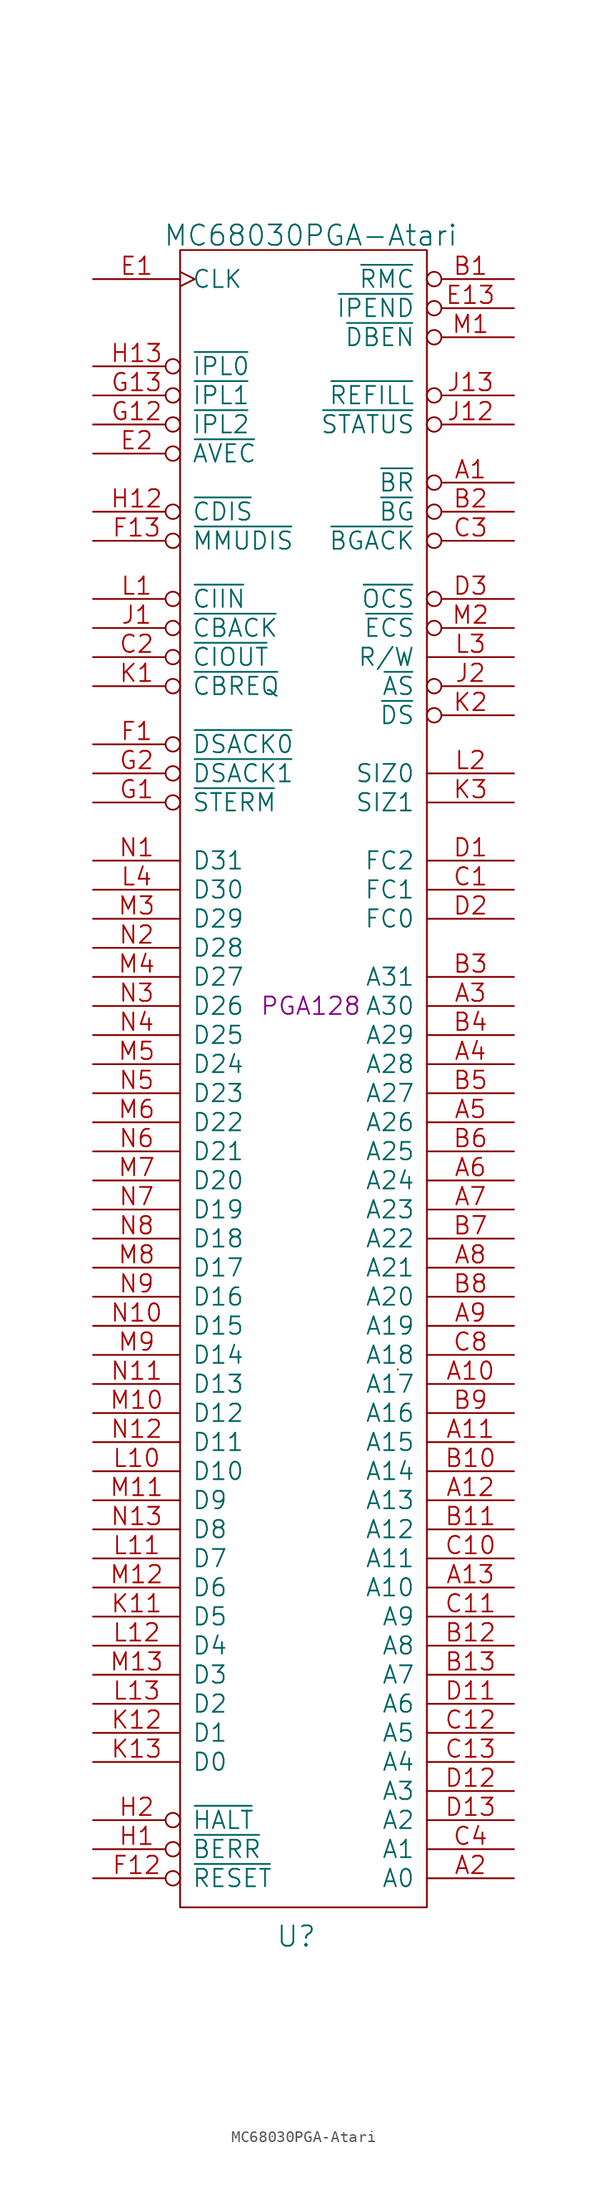
<source format=kicad_sym>
(kicad_symbol_lib
  (version 20231120)
  (generator "kicad_symbol_editor")
  (generator_version "8.0")
  (symbol "MC68030PGA-Atari"
    (pin_names
      (offset 1.016))
    (property "Reference" "U"
      (at 0 -74.93 0)
      (effects (font (size 1.778 1.778))))
    (property "Value" "MC68030PGA-Atari"
      (at 1.27 73.66 0)
      (effects (font (size 1.778 1.778))))
    (property "Footprint" "PGA128"
      (at 1.27 6.35 0)
      (effects (font (size 1.524 1.524))))
    (symbol "MC68030PGA-Atari_0_1"
      (rectangle (start -10.16 -72.39) (end 11.43 72.39) (stroke (width 0) (type solid)) (fill (type none)))
      (rectangle (start 8.89 -25.4) (end 8.89 -25.4) (stroke (width 0) (type solid)) (fill (type none))))
    (symbol "MC68030PGA-Atari_1_1"
      (pin input inverted (at 19.05 52.07 180) (length 7.62) (name "~{BR}" (effects (font (size 1.524 1.524)))) (number "A1" (effects (font (size 1.524 1.524)))))
      (pin output line (at 19.05 -26.67 180) (length 7.62) (name "A17" (effects (font (size 1.524 1.524)))) (number "A10" (effects (font (size 1.524 1.524)))))
      (pin output line (at 19.05 -31.75 180) (length 7.62) (name "A15" (effects (font (size 1.524 1.524)))) (number "A11" (effects (font (size 1.524 1.524)))))
      (pin output line (at 19.05 -36.83 180) (length 7.62) (name "A13" (effects (font (size 1.524 1.524)))) (number "A12" (effects (font (size 1.524 1.524)))))
      (pin output line (at 19.05 -44.45 180) (length 7.62) (name "A10" (effects (font (size 1.524 1.524)))) (number "A13" (effects (font (size 1.524 1.524)))))
      (pin output line (at 19.05 -69.85 180) (length 7.62) (name "A0" (effects (font (size 1.524 1.524)))) (number "A2" (effects (font (size 1.524 1.524)))))
      (pin output line (at 19.05 6.35 180) (length 7.62) (name "A30" (effects (font (size 1.524 1.524)))) (number "A3" (effects (font (size 1.524 1.524)))))
      (pin output line (at 19.05 1.27 180) (length 7.62) (name "A28" (effects (font (size 1.524 1.524)))) (number "A4" (effects (font (size 1.524 1.524)))))
      (pin output line (at 19.05 -3.81 180) (length 7.62) (name "A26" (effects (font (size 1.524 1.524)))) (number "A5" (effects (font (size 1.524 1.524)))))
      (pin output line (at 19.05 -8.89 180) (length 7.62) (name "A24" (effects (font (size 1.524 1.524)))) (number "A6" (effects (font (size 1.524 1.524)))))
      (pin output line (at 19.05 -11.43 180) (length 7.62) (name "A23" (effects (font (size 1.524 1.524)))) (number "A7" (effects (font (size 1.524 1.524)))))
      (pin output line (at 19.05 -16.51 180) (length 7.62) (name "A21" (effects (font (size 1.524 1.524)))) (number "A8" (effects (font (size 1.524 1.524)))))
      (pin output line (at 19.05 -21.59 180) (length 7.62) (name "A19" (effects (font (size 1.524 1.524)))) (number "A9" (effects (font (size 1.524 1.524)))))
      (pin output inverted (at 19.05 69.85 180) (length 7.62) (name "~{RMC}" (effects (font (size 1.524 1.524)))) (number "B1" (effects (font (size 1.524 1.524)))))
      (pin output line (at 19.05 -34.29 180) (length 7.62) (name "A14" (effects (font (size 1.524 1.524)))) (number "B10" (effects (font (size 1.524 1.524)))))
      (pin output line (at 19.05 -39.37 180) (length 7.62) (name "A12" (effects (font (size 1.524 1.524)))) (number "B11" (effects (font (size 1.524 1.524)))))
      (pin output line (at 19.05 -49.53 180) (length 7.62) (name "A8" (effects (font (size 1.524 1.524)))) (number "B12" (effects (font (size 1.524 1.524)))))
      (pin output line (at 19.05 -52.07 180) (length 7.62) (name "A7" (effects (font (size 1.524 1.524)))) (number "B13" (effects (font (size 1.524 1.524)))))
      (pin output inverted (at 19.05 49.53 180) (length 7.62) (name "~{BG}" (effects (font (size 1.524 1.524)))) (number "B2" (effects (font (size 1.524 1.524)))))
      (pin output line (at 19.05 8.89 180) (length 7.62) (name "A31" (effects (font (size 1.524 1.524)))) (number "B3" (effects (font (size 1.524 1.524)))))
      (pin output line (at 19.05 3.81 180) (length 7.62) (name "A29" (effects (font (size 1.524 1.524)))) (number "B4" (effects (font (size 1.524 1.524)))))
      (pin output line (at 19.05 -1.27 180) (length 7.62) (name "A27" (effects (font (size 1.524 1.524)))) (number "B5" (effects (font (size 1.524 1.524)))))
      (pin output line (at 19.05 -6.35 180) (length 7.62) (name "A25" (effects (font (size 1.524 1.524)))) (number "B6" (effects (font (size 1.524 1.524)))))
      (pin output line (at 19.05 -13.97 180) (length 7.62) (name "A22" (effects (font (size 1.524 1.524)))) (number "B7" (effects (font (size 1.524 1.524)))))
      (pin output line (at 19.05 -19.05 180) (length 7.62) (name "A20" (effects (font (size 1.524 1.524)))) (number "B8" (effects (font (size 1.524 1.524)))))
      (pin output line (at 19.05 -29.21 180) (length 7.62) (name "A16" (effects (font (size 1.524 1.524)))) (number "B9" (effects (font (size 1.524 1.524)))))
      (pin output line (at 19.05 16.51 180) (length 7.62) (name "FC1" (effects (font (size 1.524 1.524)))) (number "C1" (effects (font (size 1.524 1.524)))))
      (pin output line (at 19.05 -41.91 180) (length 7.62) (name "A11" (effects (font (size 1.524 1.524)))) (number "C10" (effects (font (size 1.524 1.524)))))
      (pin output line (at 19.05 -46.99 180) (length 7.62) (name "A9" (effects (font (size 1.524 1.524)))) (number "C11" (effects (font (size 1.524 1.524)))))
      (pin output line (at 19.05 -57.15 180) (length 7.62) (name "A5" (effects (font (size 1.524 1.524)))) (number "C12" (effects (font (size 1.524 1.524)))))
      (pin output line (at 19.05 -59.69 180) (length 7.62) (name "A4" (effects (font (size 1.524 1.524)))) (number "C13" (effects (font (size 1.524 1.524)))))
      (pin output inverted (at -17.78 36.83 0) (length 7.62) (name "~{CIOUT}" (effects (font (size 1.524 1.524)))) (number "C2" (effects (font (size 1.524 1.524)))))
      (pin input inverted (at 19.05 46.99 180) (length 7.62) (name "~{BGACK}" (effects (font (size 1.524 1.524)))) (number "C3" (effects (font (size 1.524 1.524)))))
      (pin output line (at 19.05 -67.31 180) (length 7.62) (name "A1" (effects (font (size 1.524 1.524)))) (number "C4" (effects (font (size 1.524 1.524)))))
      (pin power_in line (at 1.27 -38.1 180) (length 0) hide (name "GND" (effects (font (size 1.524 1.524)))) (number "C5" (effects (font (size 1.524 1.524)))))
      (pin power_in line (at 1.27 -5.08 180) (length 0) hide (name "VCC" (effects (font (size 1.524 1.524)))) (number "C6" (effects (font (size 1.524 1.524)))))
      (pin power_in line (at 1.27 -35.56 180) (length 0) hide (name "GND" (effects (font (size 1.524 1.524)))) (number "C7" (effects (font (size 1.524 1.524)))))
      (pin output line (at 19.05 -24.13 180) (length 7.62) (name "A18" (effects (font (size 1.524 1.524)))) (number "C8" (effects (font (size 1.524 1.524)))))
      (pin power_in line (at 1.27 -33.02 180) (length 0) hide (name "GND" (effects (font (size 1.524 1.524)))) (number "C9" (effects (font (size 1.524 1.524)))))
      (pin output line (at 19.05 19.05 180) (length 7.62) (name "FC2" (effects (font (size 1.524 1.524)))) (number "D1" (effects (font (size 1.524 1.524)))))
      (pin power_in line (at 1.27 -7.62 180) (length 0) hide (name "VCC" (effects (font (size 1.524 1.524)))) (number "D10" (effects (font (size 1.524 1.524)))))
      (pin output line (at 19.05 -54.61 180) (length 7.62) (name "A6" (effects (font (size 1.524 1.524)))) (number "D11" (effects (font (size 1.524 1.524)))))
      (pin output line (at 19.05 -62.23 180) (length 7.62) (name "A3" (effects (font (size 1.524 1.524)))) (number "D12" (effects (font (size 1.524 1.524)))))
      (pin output line (at 19.05 -64.77 180) (length 7.62) (name "A2" (effects (font (size 1.524 1.524)))) (number "D13" (effects (font (size 1.524 1.524)))))
      (pin output line (at 19.05 13.97 180) (length 7.62) (name "FC0" (effects (font (size 1.524 1.524)))) (number "D2" (effects (font (size 1.524 1.524)))))
      (pin output inverted (at 19.05 41.91 180) (length 7.62) (name "~{OCS}" (effects (font (size 1.524 1.524)))) (number "D3" (effects (font (size 1.524 1.524)))))
      (pin power_in line (at 1.27 -10.16 180) (length 0) hide (name "VCC" (effects (font (size 1.524 1.524)))) (number "D4" (effects (font (size 1.524 1.524)))))
      (pin no_connect line (at 0 10.16 180) (length 0) hide (name "NC" (effects (font (size 1.524 1.524)))) (number "D5" (effects (font (size 1.524 1.524)))))
      (pin input clock (at -17.78 69.85 0) (length 7.62) (name "CLK" (effects (font (size 1.524 1.524)))) (number "E1" (effects (font (size 1.524 1.524)))))
      (pin power_in line (at 1.27 -40.64 180) (length 0) hide (name "GND" (effects (font (size 1.524 1.524)))) (number "E11" (effects (font (size 1.524 1.524)))))
      (pin no_connect line (at 0 20.32 180) (length 0) hide (name "NC" (effects (font (size 1.524 1.524)))) (number "E12" (effects (font (size 1.524 1.524)))))
      (pin output inverted (at 19.05 67.31 180) (length 7.62) (name "~{IPEND}" (effects (font (size 1.524 1.524)))) (number "E13" (effects (font (size 1.524 1.524)))))
      (pin input inverted (at -17.78 54.61 0) (length 7.62) (name "~{AVEC}" (effects (font (size 1.524 1.524)))) (number "E2" (effects (font (size 1.524 1.524)))))
      (pin power_in line (at 1.27 -43.18 180) (length 0) hide (name "GND" (effects (font (size 1.524 1.524)))) (number "E3" (effects (font (size 1.524 1.524)))))
      (pin input inverted (at -17.78 29.21 0) (length 7.62) (name "~{DSACK0}" (effects (font (size 1.524 1.524)))) (number "F1" (effects (font (size 1.524 1.524)))))
      (pin no_connect line (at 0 12.7 180) (length 0) hide (name "NC" (effects (font (size 1.524 1.524)))) (number "F10" (effects (font (size 1.524 1.524)))))
      (pin power_in line (at 1.27 -12.7 180) (length 0) hide (name "VCC" (effects (font (size 1.524 1.524)))) (number "F11" (effects (font (size 1.524 1.524)))))
      (pin bidirectional inverted (at -17.78 -69.85 0) (length 7.62) (name "~{RESET}" (effects (font (size 1.524 1.524)))) (number "F12" (effects (font (size 1.524 1.524)))))
      (pin input inverted (at -17.78 46.99 0) (length 7.62) (name "~{MMUDIS}" (effects (font (size 1.524 1.524)))) (number "F13" (effects (font (size 1.524 1.524)))))
      (pin power_in line (at 1.27 -15.24 180) (length 0) hide (name "VCC" (effects (font (size 1.524 1.524)))) (number "F2" (effects (font (size 1.524 1.524)))))
      (pin power_in line (at 1.27 -45.72 180) (length 0) hide (name "GND" (effects (font (size 1.524 1.524)))) (number "F3" (effects (font (size 1.524 1.524)))))
      (pin no_connect line (at 0 15.24 180) (length 0) hide (name "NC" (effects (font (size 1.524 1.524)))) (number "F4" (effects (font (size 1.524 1.524)))))
      (pin input inverted (at -17.78 24.13 0) (length 7.62) (name "~{STERM}" (effects (font (size 1.524 1.524)))) (number "G1" (effects (font (size 1.524 1.524)))))
      (pin power_in line (at 1.27 -48.26 180) (length 0) hide (name "GND" (effects (font (size 1.524 1.524)))) (number "G11" (effects (font (size 1.524 1.524)))))
      (pin input inverted (at -17.78 57.15 0) (length 7.62) (name "~{IPL2}" (effects (font (size 1.524 1.524)))) (number "G12" (effects (font (size 1.524 1.524)))))
      (pin input inverted (at -17.78 59.69 0) (length 7.62) (name "~{IPL1}" (effects (font (size 1.524 1.524)))) (number "G13" (effects (font (size 1.524 1.524)))))
      (pin input inverted (at -17.78 26.67 0) (length 7.62) (name "~{DSACK1}" (effects (font (size 1.524 1.524)))) (number "G2" (effects (font (size 1.524 1.524)))))
      (pin power_in line (at 1.27 -50.8 180) (length 0) hide (name "GND" (effects (font (size 1.524 1.524)))) (number "G3" (effects (font (size 1.524 1.524)))))
      (pin input inverted (at -17.78 -67.31 0) (length 7.62) (name "~{BERR}" (effects (font (size 1.524 1.524)))) (number "H1" (effects (font (size 1.524 1.524)))))
      (pin power_in line (at 1.27 -17.78 180) (length 0) hide (name "VCC" (effects (font (size 1.524 1.524)))) (number "H11" (effects (font (size 1.524 1.524)))))
      (pin input inverted (at -17.78 49.53 0) (length 7.62) (name "~{CDIS}" (effects (font (size 1.524 1.524)))) (number "H12" (effects (font (size 1.524 1.524)))))
      (pin input inverted (at -17.78 62.23 0) (length 7.62) (name "~{IPL0}" (effects (font (size 1.524 1.524)))) (number "H13" (effects (font (size 1.524 1.524)))))
      (pin bidirectional inverted (at -17.78 -64.77 0) (length 7.62) (name "~{HALT}" (effects (font (size 1.524 1.524)))) (number "H2" (effects (font (size 1.524 1.524)))))
      (pin power_in line (at 1.27 -20.32 180) (length 0) hide (name "VCC" (effects (font (size 1.524 1.524)))) (number "H3" (effects (font (size 1.524 1.524)))))
      (pin input inverted (at -17.78 39.37 0) (length 7.62) (name "~{CBACK}" (effects (font (size 1.524 1.524)))) (number "J1" (effects (font (size 1.524 1.524)))))
      (pin power_in line (at 1.27 -53.34 180) (length 0) hide (name "GND" (effects (font (size 1.524 1.524)))) (number "J11" (effects (font (size 1.524 1.524)))))
      (pin output inverted (at 19.05 57.15 180) (length 7.62) (name "~{STATUS}" (effects (font (size 1.524 1.524)))) (number "J12" (effects (font (size 1.524 1.524)))))
      (pin output inverted (at 19.05 59.69 180) (length 7.62) (name "~{REFILL}" (effects (font (size 1.524 1.524)))) (number "J13" (effects (font (size 1.524 1.524)))))
      (pin output inverted (at 19.05 34.29 180) (length 7.62) (name "~{AS}" (effects (font (size 1.524 1.524)))) (number "J2" (effects (font (size 1.524 1.524)))))
      (pin power_in line (at 1.27 -55.88 180) (length 0) hide (name "GND" (effects (font (size 1.524 1.524)))) (number "J3" (effects (font (size 1.524 1.524)))))
      (pin output inverted (at -17.78 34.29 0) (length 7.62) (name "~{CBREQ}" (effects (font (size 1.524 1.524)))) (number "K1" (effects (font (size 1.524 1.524)))))
      (pin power_in line (at 1.27 -22.86 180) (length 0) hide (name "VCC" (effects (font (size 1.524 1.524)))) (number "K10" (effects (font (size 1.524 1.524)))))
      (pin bidirectional line (at -17.78 -46.99 0) (length 7.62) (name "D5" (effects (font (size 1.524 1.524)))) (number "K11" (effects (font (size 1.524 1.524)))))
      (pin bidirectional line (at -17.78 -57.15 0) (length 7.62) (name "D1" (effects (font (size 1.524 1.524)))) (number "K12" (effects (font (size 1.524 1.524)))))
      (pin bidirectional line (at -17.78 -59.69 0) (length 7.62) (name "D0" (effects (font (size 1.524 1.524)))) (number "K13" (effects (font (size 1.524 1.524)))))
      (pin output inverted (at 19.05 31.75 180) (length 7.62) (name "~{DS}" (effects (font (size 1.524 1.524)))) (number "K2" (effects (font (size 1.524 1.524)))))
      (pin output line (at 19.05 24.13 180) (length 7.62) (name "SIZ1" (effects (font (size 1.524 1.524)))) (number "K3" (effects (font (size 1.524 1.524)))))
      (pin power_in line (at 1.27 -25.4 180) (length 0) hide (name "VCC" (effects (font (size 1.524 1.524)))) (number "K4" (effects (font (size 1.524 1.524)))))
      (pin no_connect line (at 0 17.78 180) (length 0) hide (name "NC" (effects (font (size 1.524 1.524)))) (number "K5" (effects (font (size 1.524 1.524)))))
      (pin input inverted (at -17.78 41.91 0) (length 7.62) (name "~{CIIN}" (effects (font (size 1.524 1.524)))) (number "L1" (effects (font (size 1.524 1.524)))))
      (pin bidirectional line (at -17.78 -34.29 0) (length 7.62) (name "D10" (effects (font (size 1.524 1.524)))) (number "L10" (effects (font (size 1.524 1.524)))))
      (pin bidirectional line (at -17.78 -41.91 0) (length 7.62) (name "D7" (effects (font (size 1.524 1.524)))) (number "L11" (effects (font (size 1.524 1.524)))))
      (pin bidirectional line (at -17.78 -49.53 0) (length 7.62) (name "D4" (effects (font (size 1.524 1.524)))) (number "L12" (effects (font (size 1.524 1.524)))))
      (pin bidirectional line (at -17.78 -54.61 0) (length 7.62) (name "D2" (effects (font (size 1.524 1.524)))) (number "L13" (effects (font (size 1.524 1.524)))))
      (pin output line (at 19.05 26.67 180) (length 7.62) (name "SIZ0" (effects (font (size 1.524 1.524)))) (number "L2" (effects (font (size 1.524 1.524)))))
      (pin output line (at 19.05 36.83 180) (length 7.62) (name "R/W" (effects (font (size 1.524 1.524)))) (number "L3" (effects (font (size 1.524 1.524)))))
      (pin bidirectional line (at -17.78 16.51 0) (length 7.62) (name "D30" (effects (font (size 1.524 1.524)))) (number "L4" (effects (font (size 1.524 1.524)))))
      (pin power_in line (at 1.27 -66.04 180) (length 0) hide (name "GND" (effects (font (size 1.524 1.524)))) (number "L5" (effects (font (size 1.524 1.524)))))
      (pin power_in line (at 1.27 -27.94 180) (length 0) hide (name "VCC" (effects (font (size 1.524 1.524)))) (number "L6" (effects (font (size 1.524 1.524)))))
      (pin power_in line (at 1.27 -63.5 180) (length 0) hide (name "GND" (effects (font (size 1.524 1.524)))) (number "L7" (effects (font (size 1.524 1.524)))))
      (pin power_in line (at 1.27 -60.96 180) (length 0) hide (name "GND" (effects (font (size 1.524 1.524)))) (number "L8" (effects (font (size 1.524 1.524)))))
      (pin power_in line (at 1.27 -58.42 180) (length 0) hide (name "GND" (effects (font (size 1.524 1.524)))) (number "L9" (effects (font (size 1.524 1.524)))))
      (pin output inverted (at 19.05 64.77 180) (length 7.62) (name "~{DBEN}" (effects (font (size 1.524 1.524)))) (number "M1" (effects (font (size 1.524 1.524)))))
      (pin bidirectional line (at -17.78 -29.21 0) (length 7.62) (name "D12" (effects (font (size 1.524 1.524)))) (number "M10" (effects (font (size 1.524 1.524)))))
      (pin bidirectional line (at -17.78 -36.83 0) (length 7.62) (name "D9" (effects (font (size 1.524 1.524)))) (number "M11" (effects (font (size 1.524 1.524)))))
      (pin bidirectional line (at -17.78 -44.45 0) (length 7.62) (name "D6" (effects (font (size 1.524 1.524)))) (number "M12" (effects (font (size 1.524 1.524)))))
      (pin bidirectional line (at -17.78 -52.07 0) (length 7.62) (name "D3" (effects (font (size 1.524 1.524)))) (number "M13" (effects (font (size 1.524 1.524)))))
      (pin output inverted (at 19.05 39.37 180) (length 7.62) (name "~{ECS}" (effects (font (size 1.524 1.524)))) (number "M2" (effects (font (size 1.524 1.524)))))
      (pin bidirectional line (at -17.78 13.97 0) (length 7.62) (name "D29" (effects (font (size 1.524 1.524)))) (number "M3" (effects (font (size 1.524 1.524)))))
      (pin bidirectional line (at -17.78 8.89 0) (length 7.62) (name "D27" (effects (font (size 1.524 1.524)))) (number "M4" (effects (font (size 1.524 1.524)))))
      (pin bidirectional line (at -17.78 1.27 0) (length 7.62) (name "D24" (effects (font (size 1.524 1.524)))) (number "M5" (effects (font (size 1.524 1.524)))))
      (pin bidirectional line (at -17.78 -3.81 0) (length 7.62) (name "D22" (effects (font (size 1.524 1.524)))) (number "M6" (effects (font (size 1.524 1.524)))))
      (pin bidirectional line (at -17.78 -8.89 0) (length 7.62) (name "D20" (effects (font (size 1.524 1.524)))) (number "M7" (effects (font (size 1.524 1.524)))))
      (pin bidirectional line (at -17.78 -16.51 0) (length 7.62) (name "D17" (effects (font (size 1.524 1.524)))) (number "M8" (effects (font (size 1.524 1.524)))))
      (pin bidirectional line (at -17.78 -24.13 0) (length 7.62) (name "D14" (effects (font (size 1.524 1.524)))) (number "M9" (effects (font (size 1.524 1.524)))))
      (pin bidirectional line (at -17.78 19.05 0) (length 7.62) (name "D31" (effects (font (size 1.524 1.524)))) (number "N1" (effects (font (size 1.524 1.524)))))
      (pin bidirectional line (at -17.78 -21.59 0) (length 7.62) (name "D15" (effects (font (size 1.524 1.524)))) (number "N10" (effects (font (size 1.524 1.524)))))
      (pin bidirectional line (at -17.78 -26.67 0) (length 7.62) (name "D13" (effects (font (size 1.524 1.524)))) (number "N11" (effects (font (size 1.524 1.524)))))
      (pin bidirectional line (at -17.78 -31.75 0) (length 7.62) (name "D11" (effects (font (size 1.524 1.524)))) (number "N12" (effects (font (size 1.524 1.524)))))
      (pin bidirectional line (at -17.78 -39.37 0) (length 7.62) (name "D8" (effects (font (size 1.524 1.524)))) (number "N13" (effects (font (size 1.524 1.524)))))
      (pin bidirectional line (at -17.78 11.43 0) (length 7.62) (name "D28" (effects (font (size 1.524 1.524)))) (number "N2" (effects (font (size 1.524 1.524)))))
      (pin bidirectional line (at -17.78 6.35 0) (length 7.62) (name "D26" (effects (font (size 1.524 1.524)))) (number "N3" (effects (font (size 1.524 1.524)))))
      (pin bidirectional line (at -17.78 3.81 0) (length 7.62) (name "D25" (effects (font (size 1.524 1.524)))) (number "N4" (effects (font (size 1.524 1.524)))))
      (pin bidirectional line (at -17.78 -1.27 0) (length 7.62) (name "D23" (effects (font (size 1.524 1.524)))) (number "N5" (effects (font (size 1.524 1.524)))))
      (pin bidirectional line (at -17.78 -6.35 0) (length 7.62) (name "D21" (effects (font (size 1.524 1.524)))) (number "N6" (effects (font (size 1.524 1.524)))))
      (pin bidirectional line (at -17.78 -11.43 0) (length 7.62) (name "D19" (effects (font (size 1.524 1.524)))) (number "N7" (effects (font (size 1.524 1.524)))))
      (pin bidirectional line (at -17.78 -13.97 0) (length 7.62) (name "D18" (effects (font (size 1.524 1.524)))) (number "N8" (effects (font (size 1.524 1.524)))))
      (pin bidirectional line (at -17.78 -19.05 0) (length 7.62) (name "D16" (effects (font (size 1.524 1.524)))) (number "N9" (effects (font (size 1.524 1.524))))))))
</source>
